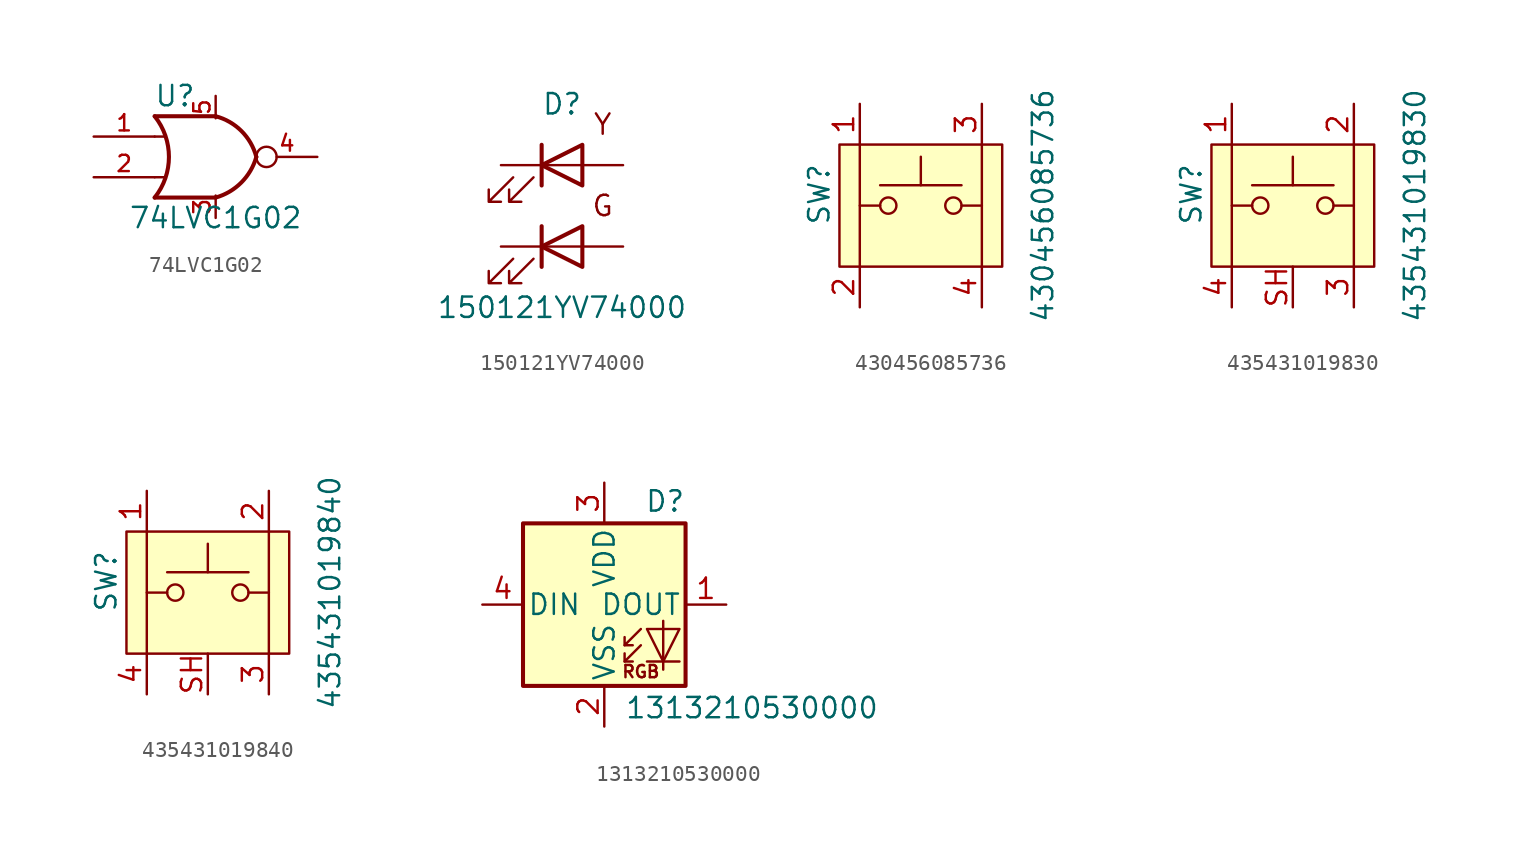
<source format=kicad_sym>
(kicad_symbol_lib
  (version 20220914)
  (generator kicad_symbol_editor)
  (symbol "74LVC1G02"
    (pin_names
      (offset 1.016))
    (property "Reference" "U"
      (at -2.54 3.81 0)
      (effects (font (size 1.27 1.27))))
    (property "Value" "74LVC1G02"
      (at 0 -3.81 0)
      (effects (font (size 1.27 1.27))))
    (symbol "74LVC1G02_0_1"
      (arc (start -3.81 -2.54) (mid -2.919 0) (end -3.81 2.54) (stroke (width 0.254) (type default)) (fill (type none)))
      (arc (start 0 -2.54) (mid 1.5993 -1.6027) (end 2.54 0) (stroke (width 0.254) (type default)) (fill (type none)))
      (polyline (pts (xy -3.81 -1.27) (xy -3.175 -1.27)) (stroke (width 0) (type default)) (fill (type none)))
      (polyline (pts (xy -3.81 1.27) (xy -3.175 1.27)) (stroke (width 0) (type default)) (fill (type none)))
      (polyline (pts (xy 0 -2.54) (xy -3.81 -2.54)) (stroke (width 0.254) (type default)) (fill (type background)))
      (polyline (pts (xy 0 2.54) (xy -3.81 2.54)) (stroke (width 0.254) (type default)) (fill (type background)))
      (arc (start 2.54 0) (mid 1.6119 1.6152) (end 0 2.54) (stroke (width 0.254) (type default)) (fill (type none))))
    (symbol "74LVC1G02_1_1"
      (pin input line (at -7.62 1.27 0) (length 3.81) (name "~" (effects (font (size 1.016 1.016)))) (number "1" (effects (font (size 1.016 1.016)))))
      (pin input line (at -7.62 -1.27 0) (length 3.81) (name "~" (effects (font (size 1.016 1.016)))) (number "2" (effects (font (size 1.016 1.016)))))
      (pin power_in line (at 0 -3.81 90) (length 1.397) (name "~" (effects (font (size 1.016 1.016)))) (number "3" (effects (font (size 1.016 1.016)))))
      (pin output inverted (at 6.35 0 180) (length 3.81) (name "~" (effects (font (size 1.016 1.016)))) (number "4" (effects (font (size 1.016 1.016)))))
      (pin power_in line (at 0 3.81 270) (length 1.397) (name "~" (effects (font (size 1.016 1.016)))) (number "5" (effects (font (size 1.016 1.016)))))))
  (symbol "150121YV74000"
    (pin_numbers hide)
    (pin_names
      (offset 1.016) hide)
    (property "Reference" "D"
      (at 0 7.62 0)
      (effects (font (size 1.27 1.27))))
    (property "Value" "150121YV74000"
      (at 0 -5.08 0)
      (effects (font (size 1.27 1.27))))
    (symbol "150121YV74000_0_1"
      (polyline (pts (xy -1.27 -2.54) (xy -1.27 0)) (stroke (width 0.254) (type default)) (fill (type none)))
      (polyline (pts (xy -1.27 -1.27) (xy 1.27 -1.27)) (stroke (width 0) (type default)) (fill (type none)))
      (polyline (pts (xy -1.27 2.54) (xy -1.27 5.08)) (stroke (width 0.254) (type default)) (fill (type none)))
      (polyline (pts (xy -1.27 3.81) (xy 1.27 3.81)) (stroke (width 0) (type default)) (fill (type none)))
      (polyline (pts (xy 1.27 -2.54) (xy 1.27 0) (xy -1.27 -1.27) (xy 1.27 -2.54)) (stroke (width 0.254) (type default)) (fill (type none)))
      (polyline (pts (xy 1.27 2.54) (xy 1.27 5.08) (xy -1.27 3.81) (xy 1.27 2.54)) (stroke (width 0.254) (type default)) (fill (type none)))
      (polyline (pts (xy -3.048 -2.032) (xy -4.572 -3.556) (xy -3.81 -3.556) (xy -4.572 -3.556) (xy -4.572 -2.794)) (stroke (width 0) (type default)) (fill (type none)))
      (polyline (pts (xy -3.048 3.048) (xy -4.572 1.524) (xy -3.81 1.524) (xy -4.572 1.524) (xy -4.572 2.286)) (stroke (width 0) (type default)) (fill (type none)))
      (polyline (pts (xy -1.778 -2.032) (xy -3.302 -3.556) (xy -2.54 -3.556) (xy -3.302 -3.556) (xy -3.302 -2.794)) (stroke (width 0) (type default)) (fill (type none)))
      (polyline (pts (xy -1.778 3.048) (xy -3.302 1.524) (xy -2.54 1.524) (xy -3.302 1.524) (xy -3.302 2.286)) (stroke (width 0) (type default)) (fill (type none))))
    (symbol "150121YV74000_1_1"
      (text "G" (at 2.54 1.27 0) (effects (font (size 1.27 1.27))))
      (text "Y" (at 2.54 6.35 0) (effects (font (size 1.27 1.27))))
      (pin passive line (at -3.81 3.81 0) (length 2.54) (name "KY" (effects (font (size 1.27 1.27)))) (number "1" (effects (font (size 1.27 1.27)))))
      (pin passive line (at -3.81 -1.27 0) (length 2.54) (name "KG" (effects (font (size 1.27 1.27)))) (number "2" (effects (font (size 1.27 1.27)))))
      (pin passive line (at 3.81 -1.27 180) (length 2.54) (name "AG" (effects (font (size 1.27 1.27)))) (number "3" (effects (font (size 1.27 1.27)))))
      (pin passive line (at 3.81 3.81 180) (length 2.54) (name "AY" (effects (font (size 1.27 1.27)))) (number "4" (effects (font (size 1.27 1.27)))))))
  (symbol "430456085736"
    (pin_names
      (offset 1.016) hide)
    (property "Reference" "SW"
      (at -6.35 -1.27 90)
      (effects (font (size 1.27 1.27)) (justify left)))
    (property "Value" "430456085736"
      (at 7.62 0 90)
      (effects (font (size 1.27 1.27))))
    (symbol "430456085736_0_1"
      (circle (center -2.032 0) (radius 0.508) (stroke (width 0) (type default)) (fill (type none)))
      (polyline (pts (xy -3.81 3.81) (xy -3.81 -3.81)) (stroke (width 0) (type default)) (fill (type none)))
      (polyline (pts (xy -2.54 0) (xy -3.81 0)) (stroke (width 0) (type default)) (fill (type none)))
      (polyline (pts (xy 0 1.27) (xy 0 3.048)) (stroke (width 0) (type default)) (fill (type none)))
      (polyline (pts (xy 2.54 1.27) (xy -2.54 1.27)) (stroke (width 0) (type default)) (fill (type none)))
      (polyline (pts (xy 3.81 0) (xy 2.54 0)) (stroke (width 0) (type default)) (fill (type none)))
      (polyline (pts (xy 3.81 3.81) (xy 3.81 -3.81)) (stroke (width 0) (type default)) (fill (type none)))
      (circle (center 2.032 0) (radius 0.508) (stroke (width 0) (type default)) (fill (type none)))
      (pin passive line (at -3.81 6.35 270) (length 2.54) (name "1" (effects (font (size 1.27 1.27)))) (number "1" (effects (font (size 1.27 1.27))))))
    (symbol "430456085736_1_1"
      (rectangle (start -5.08 3.81) (end 5.08 -3.81) (stroke (width 0) (type default)) (fill (type background)))
      (pin passive line (at -3.81 -6.35 90) (length 2.54) (name "2" (effects (font (size 1.27 1.27)))) (number "2" (effects (font (size 1.27 1.27)))))
      (pin passive line (at 3.81 6.35 270) (length 2.54) (name "3" (effects (font (size 1.27 1.27)))) (number "3" (effects (font (size 1.27 1.27)))))
      (pin passive line (at 3.81 -6.35 90) (length 2.54) (name "4" (effects (font (size 1.27 1.27)))) (number "4" (effects (font (size 1.27 1.27)))))))
  (symbol "435431019830"
    (pin_names
      (offset 1.016) hide)
    (property "Reference" "SW"
      (at -6.35 -1.27 90)
      (effects (font (size 1.27 1.27)) (justify left)))
    (property "Value" "435431019830"
      (at 7.62 0 90)
      (effects (font (size 1.27 1.27))))
    (symbol "435431019830_0_1"
      (circle (center -2.032 0) (radius 0.508) (stroke (width 0) (type default)) (fill (type none)))
      (polyline (pts (xy -3.81 3.81) (xy -3.81 -3.81)) (stroke (width 0) (type default)) (fill (type none)))
      (polyline (pts (xy -2.54 0) (xy -3.81 0)) (stroke (width 0) (type default)) (fill (type none)))
      (polyline (pts (xy 0 1.27) (xy 0 3.048)) (stroke (width 0) (type default)) (fill (type none)))
      (polyline (pts (xy 2.54 1.27) (xy -2.54 1.27)) (stroke (width 0) (type default)) (fill (type none)))
      (polyline (pts (xy 3.81 0) (xy 2.54 0)) (stroke (width 0) (type default)) (fill (type none)))
      (polyline (pts (xy 3.81 3.81) (xy 3.81 -3.81)) (stroke (width 0) (type default)) (fill (type none)))
      (circle (center 2.032 0) (radius 0.508) (stroke (width 0) (type default)) (fill (type none)))
      (pin passive line (at -3.81 6.35 270) (length 2.54) (name "1" (effects (font (size 1.27 1.27)))) (number "1" (effects (font (size 1.27 1.27)))))
      (pin passive line (at 3.81 6.35 270) (length 2.54) (name "2" (effects (font (size 1.27 1.27)))) (number "2" (effects (font (size 1.27 1.27))))))
    (symbol "435431019830_1_1"
      (rectangle (start -5.08 3.81) (end 5.08 -3.81) (stroke (width 0) (type default)) (fill (type background)))
      (pin passive line (at 3.81 -6.35 90) (length 2.54) (name "3" (effects (font (size 1.27 1.27)))) (number "3" (effects (font (size 1.27 1.27)))))
      (pin passive line (at -3.81 -6.35 90) (length 2.54) (name "4" (effects (font (size 1.27 1.27)))) (number "4" (effects (font (size 1.27 1.27)))))
      (pin passive line (at 0 -6.35 90) (length 2.54) (name "SH" (effects (font (size 1.27 1.27)))) (number "SH" (effects (font (size 1.27 1.27)))))))
  (symbol "435431019840"
    (pin_names
      (offset 1.016) hide)
    (property "Reference" "SW"
      (at -6.35 -1.27 90)
      (effects (font (size 1.27 1.27)) (justify left)))
    (property "Value" "435431019840"
      (at 7.62 0 90)
      (effects (font (size 1.27 1.27))))
    (symbol "435431019840_0_1"
      (circle (center -2.032 0) (radius 0.508) (stroke (width 0) (type default)) (fill (type none)))
      (polyline (pts (xy -3.81 3.81) (xy -3.81 -3.81)) (stroke (width 0) (type default)) (fill (type none)))
      (polyline (pts (xy -2.54 0) (xy -3.81 0)) (stroke (width 0) (type default)) (fill (type none)))
      (polyline (pts (xy 0 1.27) (xy 0 3.048)) (stroke (width 0) (type default)) (fill (type none)))
      (polyline (pts (xy 2.54 1.27) (xy -2.54 1.27)) (stroke (width 0) (type default)) (fill (type none)))
      (polyline (pts (xy 3.81 0) (xy 2.54 0)) (stroke (width 0) (type default)) (fill (type none)))
      (polyline (pts (xy 3.81 3.81) (xy 3.81 -3.81)) (stroke (width 0) (type default)) (fill (type none)))
      (circle (center 2.032 0) (radius 0.508) (stroke (width 0) (type default)) (fill (type none)))
      (pin passive line (at -3.81 6.35 270) (length 2.54) (name "1" (effects (font (size 1.27 1.27)))) (number "1" (effects (font (size 1.27 1.27)))))
      (pin passive line (at 3.81 6.35 270) (length 2.54) (name "2" (effects (font (size 1.27 1.27)))) (number "2" (effects (font (size 1.27 1.27))))))
    (symbol "435431019840_1_1"
      (rectangle (start -5.08 3.81) (end 5.08 -3.81) (stroke (width 0) (type default)) (fill (type background)))
      (pin passive line (at 3.81 -6.35 90) (length 2.54) (name "3" (effects (font (size 1.27 1.27)))) (number "3" (effects (font (size 1.27 1.27)))))
      (pin passive line (at -3.81 -6.35 90) (length 2.54) (name "4" (effects (font (size 1.27 1.27)))) (number "4" (effects (font (size 1.27 1.27)))))
      (pin passive line (at 0 -6.35 90) (length 2.54) (name "SH" (effects (font (size 1.27 1.27)))) (number "SH" (effects (font (size 1.27 1.27)))))))
  (symbol "1313210530000"
    (pin_names
      (offset 0.254))
    (property "Reference" "D"
      (at 5.08 5.715 0)
      (effects (font (size 1.27 1.27)) (justify right bottom)))
    (property "Value" "1313210530000"
      (at 1.27 -5.715 0)
      (effects (font (size 1.27 1.27)) (justify left top)))
    (symbol "1313210530000_0_0"
      (text "RGB" (at 2.286 -4.191 0) (effects (font (size 0.762 0.762)))))
    (symbol "1313210530000_0_1"
      (polyline (pts (xy 1.27 -3.556) (xy 1.778 -3.556)) (stroke (width 0) (type default)) (fill (type none)))
      (polyline (pts (xy 1.27 -2.54) (xy 1.778 -2.54)) (stroke (width 0) (type default)) (fill (type none)))
      (polyline (pts (xy 4.699 -3.556) (xy 2.667 -3.556)) (stroke (width 0) (type default)) (fill (type none)))
      (polyline (pts (xy 2.286 -2.54) (xy 1.27 -3.556) (xy 1.27 -3.048)) (stroke (width 0) (type default)) (fill (type none)))
      (polyline (pts (xy 2.286 -1.524) (xy 1.27 -2.54) (xy 1.27 -2.032)) (stroke (width 0) (type default)) (fill (type none)))
      (polyline (pts (xy 3.683 -1.016) (xy 3.683 -3.556) (xy 3.683 -4.064)) (stroke (width 0) (type default)) (fill (type none)))
      (polyline (pts (xy 4.699 -1.524) (xy 2.667 -1.524) (xy 3.683 -3.556) (xy 4.699 -1.524)) (stroke (width 0) (type default)) (fill (type none)))
      (rectangle (start 5.08 5.08) (end -5.08 -5.08) (stroke (width 0.254) (type default)) (fill (type background))))
    (symbol "1313210530000_1_1"
      (pin output line (at 7.62 0 180) (length 2.54) (name "DOUT" (effects (font (size 1.27 1.27)))) (number "1" (effects (font (size 1.27 1.27)))))
      (pin power_in line (at 0 -7.62 90) (length 2.54) (name "VSS" (effects (font (size 1.27 1.27)))) (number "2" (effects (font (size 1.27 1.27)))))
      (pin power_in line (at 0 7.62 270) (length 2.54) (name "VDD" (effects (font (size 1.27 1.27)))) (number "3" (effects (font (size 1.27 1.27)))))
      (pin input line (at -7.62 0 0) (length 2.54) (name "DIN" (effects (font (size 1.27 1.27)))) (number "4" (effects (font (size 1.27 1.27))))))))
</source>
